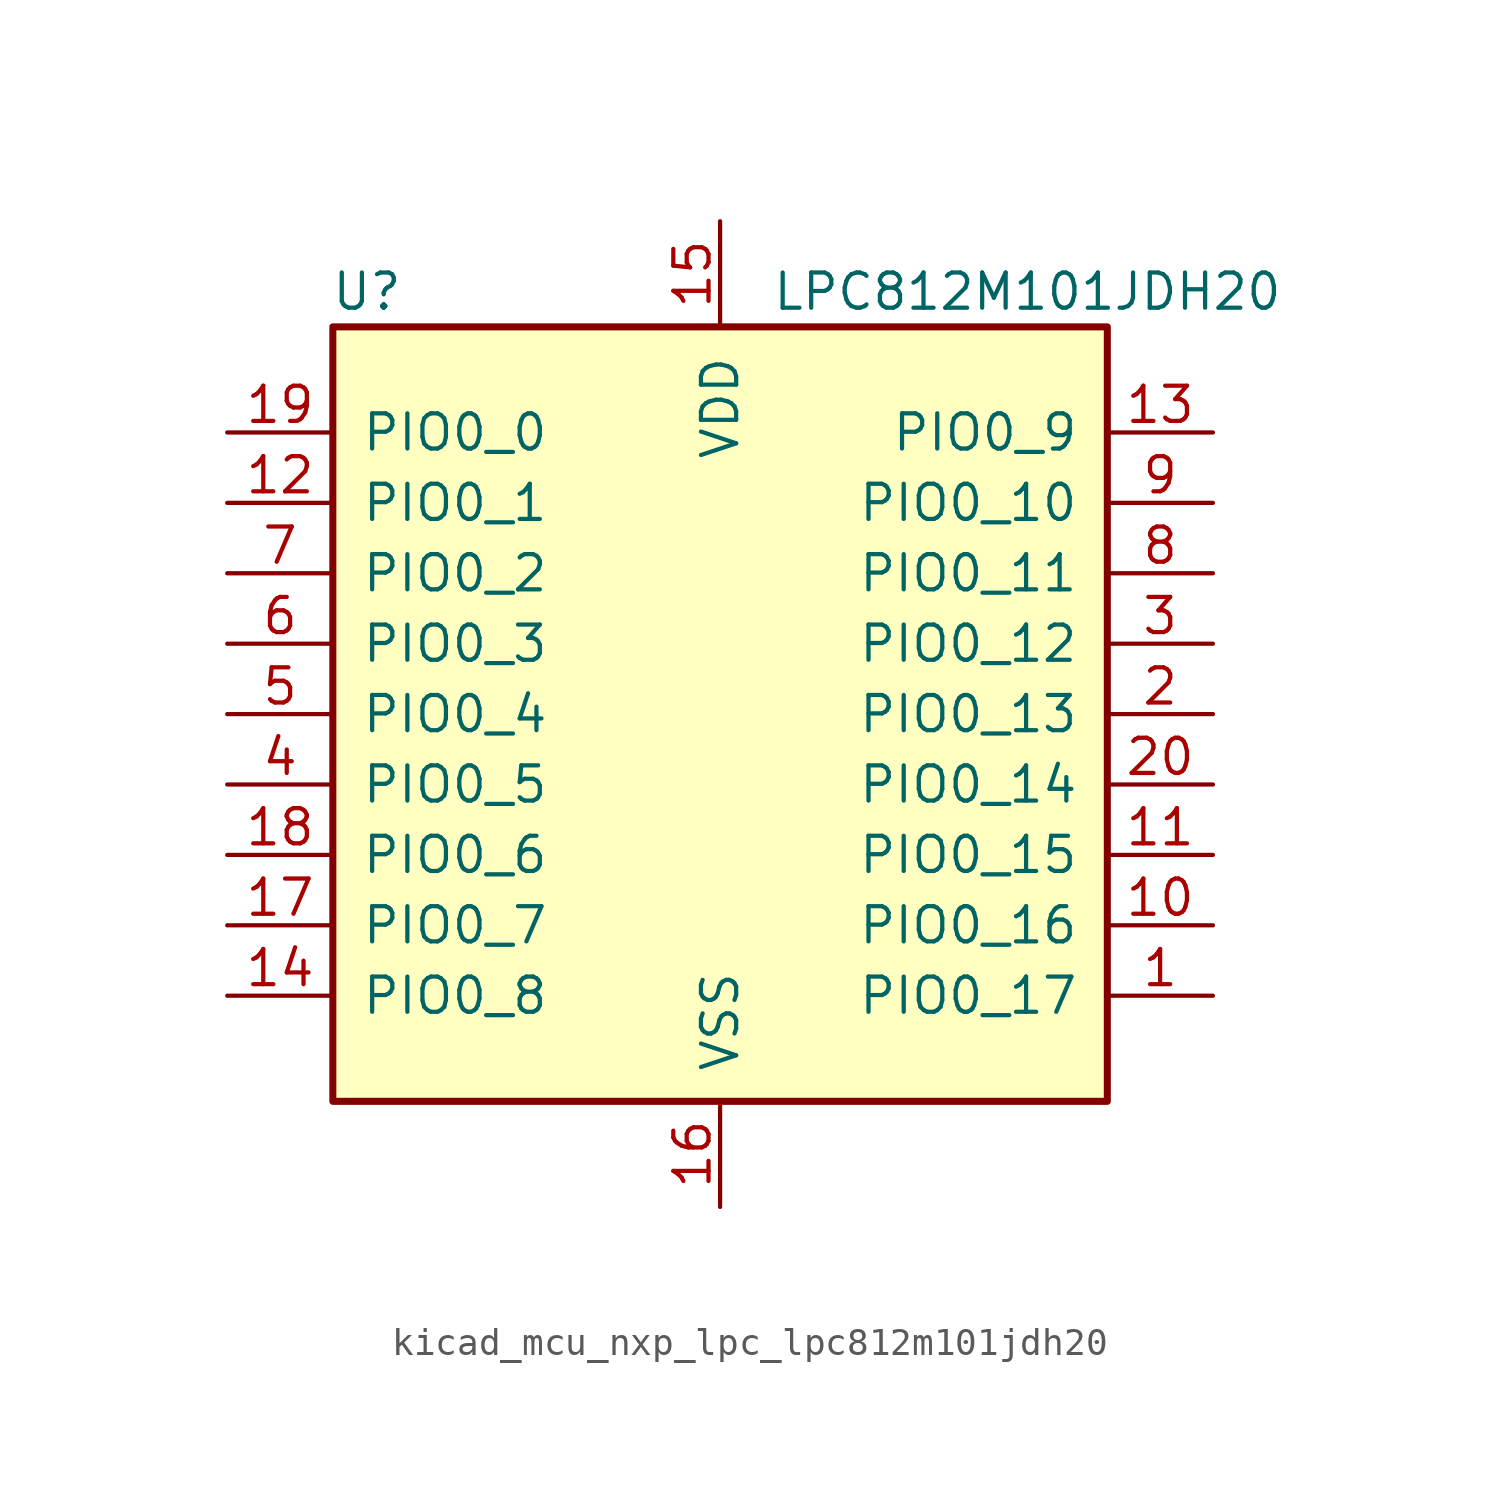
<source format=kicad_sym>
(kicad_symbol_lib
  (version 20220914)
  (generator kicad_symbol_editor)
  (symbol "kicad_mcu_nxp_lpc_lpc812m101jdh20"
    (pin_names
      (offset 1.016))
    (property "Reference" "U"
      (at -11.43 15.24 0)
      (effects (font (size 1.27 1.27)) (justify right)))
    (property "Value" "LPC812M101JDH20"
      (at 20.32 15.24 0)
      (effects (font (size 1.27 1.27)) (justify right)))
    (symbol "kicad_mcu_nxp_lpc_lpc812m101jdh20_0_1"
      (rectangle (start 13.97 13.97) (end -13.97 -13.97) (stroke (width 0.254) (type default)) (fill (type background))))
    (symbol "kicad_mcu_nxp_lpc_lpc812m101jdh20_1_1"
      (pin bidirectional line (at 17.78 -10.16 180) (length 3.81) (name "PIO0_17" (effects (font (size 1.27 1.27)))) (number "1" (effects (font (size 1.27 1.27)))))
      (pin bidirectional line (at 17.78 -7.62 180) (length 3.81) (name "PIO0_16" (effects (font (size 1.27 1.27)))) (number "10" (effects (font (size 1.27 1.27)))))
      (pin bidirectional line (at 17.78 -5.08 180) (length 3.81) (name "PIO0_15" (effects (font (size 1.27 1.27)))) (number "11" (effects (font (size 1.27 1.27)))))
      (pin bidirectional line (at -17.78 7.62 0) (length 3.81) (name "PIO0_1" (effects (font (size 1.27 1.27)))) (number "12" (effects (font (size 1.27 1.27)))))
      (pin bidirectional line (at 17.78 10.16 180) (length 3.81) (name "PIO0_9" (effects (font (size 1.27 1.27)))) (number "13" (effects (font (size 1.27 1.27)))))
      (pin bidirectional line (at -17.78 -10.16 0) (length 3.81) (name "PIO0_8" (effects (font (size 1.27 1.27)))) (number "14" (effects (font (size 1.27 1.27)))))
      (pin power_in line (at 0 17.78 270) (length 3.81) (name "VDD" (effects (font (size 1.27 1.27)))) (number "15" (effects (font (size 1.27 1.27)))))
      (pin power_in line (at 0 -17.78 90) (length 3.81) (name "VSS" (effects (font (size 1.27 1.27)))) (number "16" (effects (font (size 1.27 1.27)))))
      (pin bidirectional line (at -17.78 -7.62 0) (length 3.81) (name "PIO0_7" (effects (font (size 1.27 1.27)))) (number "17" (effects (font (size 1.27 1.27)))))
      (pin bidirectional line (at -17.78 -5.08 0) (length 3.81) (name "PIO0_6" (effects (font (size 1.27 1.27)))) (number "18" (effects (font (size 1.27 1.27)))))
      (pin bidirectional line (at -17.78 10.16 0) (length 3.81) (name "PIO0_0" (effects (font (size 1.27 1.27)))) (number "19" (effects (font (size 1.27 1.27)))))
      (pin bidirectional line (at 17.78 0 180) (length 3.81) (name "PIO0_13" (effects (font (size 1.27 1.27)))) (number "2" (effects (font (size 1.27 1.27)))))
      (pin bidirectional line (at 17.78 -2.54 180) (length 3.81) (name "PIO0_14" (effects (font (size 1.27 1.27)))) (number "20" (effects (font (size 1.27 1.27)))))
      (pin bidirectional line (at 17.78 2.54 180) (length 3.81) (name "PIO0_12" (effects (font (size 1.27 1.27)))) (number "3" (effects (font (size 1.27 1.27)))))
      (pin bidirectional line (at -17.78 -2.54 0) (length 3.81) (name "PIO0_5" (effects (font (size 1.27 1.27)))) (number "4" (effects (font (size 1.27 1.27)))))
      (pin bidirectional line (at -17.78 0 0) (length 3.81) (name "PIO0_4" (effects (font (size 1.27 1.27)))) (number "5" (effects (font (size 1.27 1.27)))))
      (pin bidirectional line (at -17.78 2.54 0) (length 3.81) (name "PIO0_3" (effects (font (size 1.27 1.27)))) (number "6" (effects (font (size 1.27 1.27)))))
      (pin bidirectional line (at -17.78 5.08 0) (length 3.81) (name "PIO0_2" (effects (font (size 1.27 1.27)))) (number "7" (effects (font (size 1.27 1.27)))))
      (pin bidirectional line (at 17.78 5.08 180) (length 3.81) (name "PIO0_11" (effects (font (size 1.27 1.27)))) (number "8" (effects (font (size 1.27 1.27)))))
      (pin bidirectional line (at 17.78 7.62 180) (length 3.81) (name "PIO0_10" (effects (font (size 1.27 1.27)))) (number "9" (effects (font (size 1.27 1.27))))))))
</source>
